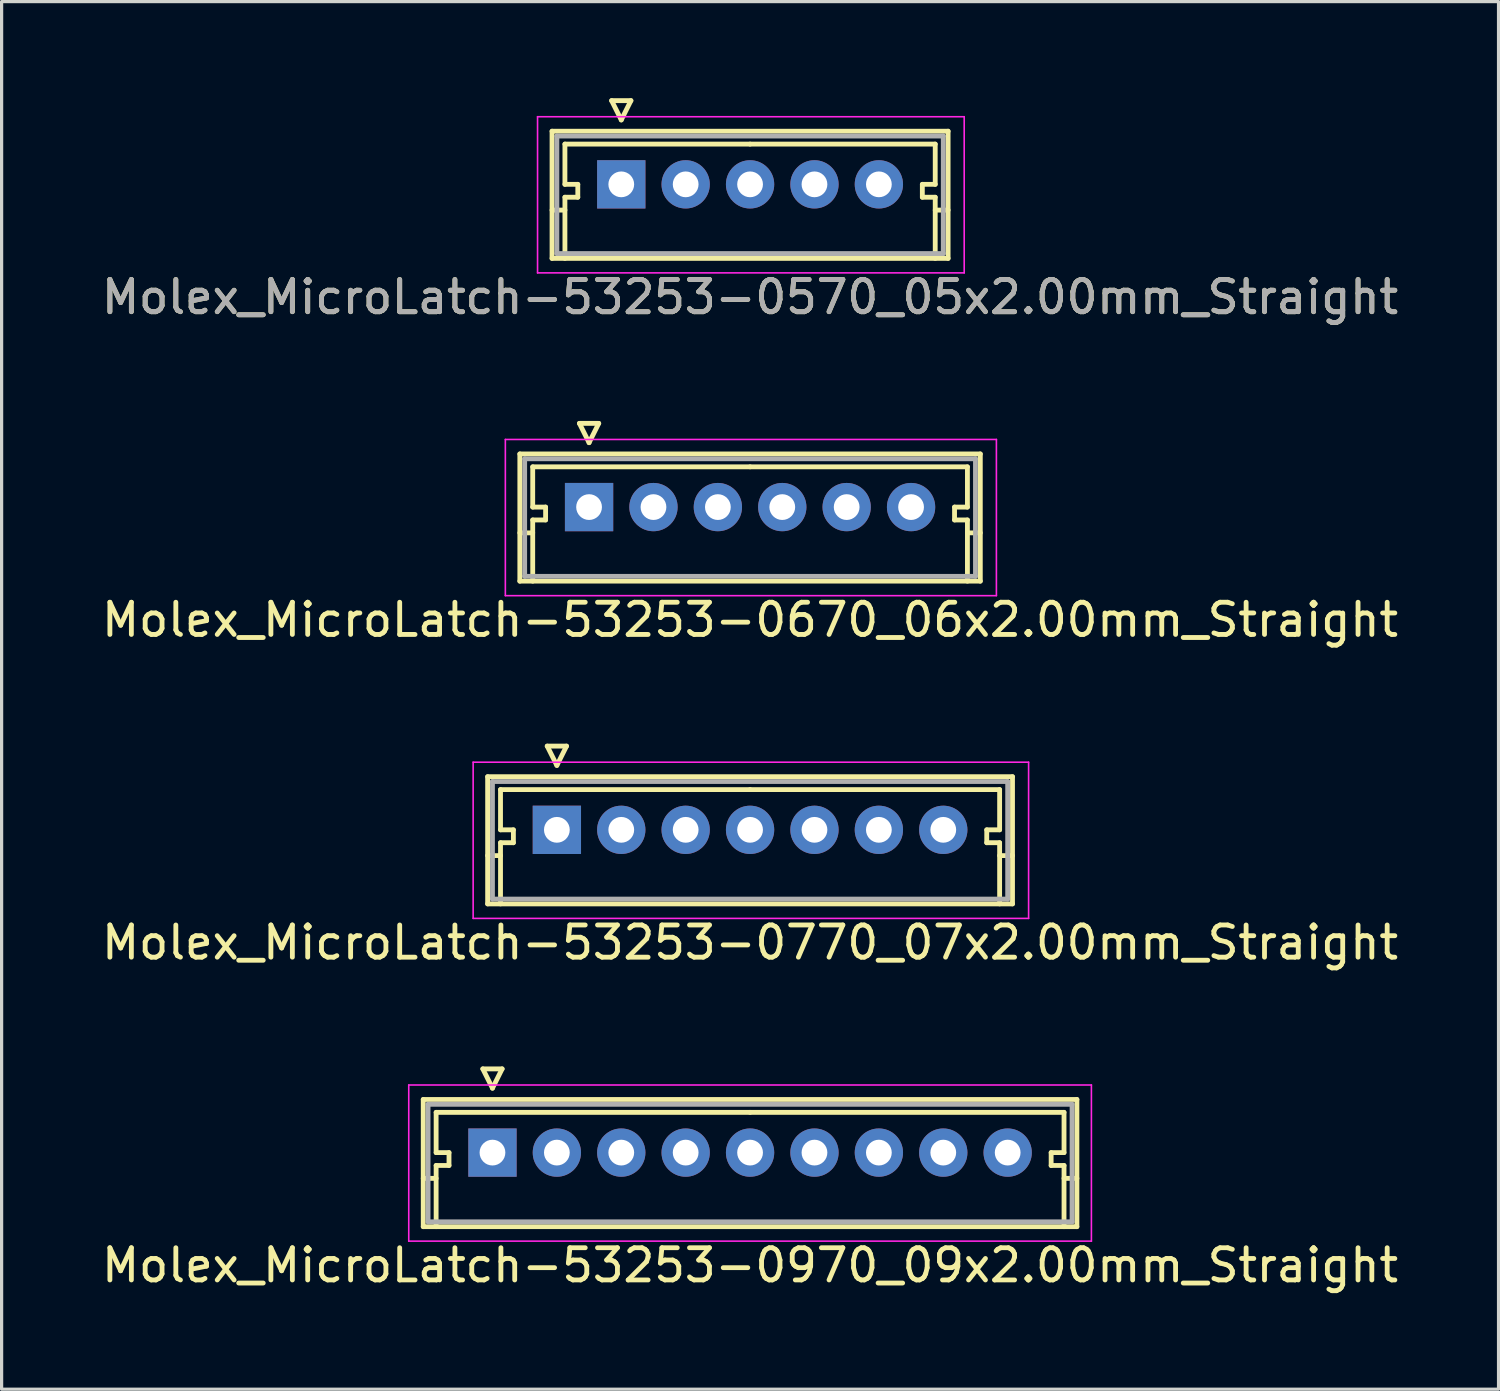
<source format=kicad_pcb>
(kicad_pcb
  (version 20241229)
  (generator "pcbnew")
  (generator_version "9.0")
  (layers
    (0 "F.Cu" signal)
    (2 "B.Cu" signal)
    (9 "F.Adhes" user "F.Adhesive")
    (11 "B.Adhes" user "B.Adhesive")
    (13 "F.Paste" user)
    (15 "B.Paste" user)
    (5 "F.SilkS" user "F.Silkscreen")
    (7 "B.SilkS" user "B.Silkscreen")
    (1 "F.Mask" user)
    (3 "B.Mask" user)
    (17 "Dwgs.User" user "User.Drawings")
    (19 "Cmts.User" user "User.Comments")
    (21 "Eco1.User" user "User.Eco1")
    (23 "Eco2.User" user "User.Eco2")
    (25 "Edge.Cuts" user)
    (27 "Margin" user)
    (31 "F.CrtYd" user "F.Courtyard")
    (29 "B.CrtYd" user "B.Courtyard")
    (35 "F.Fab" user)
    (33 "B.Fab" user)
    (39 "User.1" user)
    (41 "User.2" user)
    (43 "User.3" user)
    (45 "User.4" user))
  (footprint "Molex_MicroLatch-53253-0970_09x2.00mm_Straight"
    (layer "F.Cu")
    (at 12.244 32.745)
    (property "Reference" "Molex_MicroLatch-53253-0970_09x2.00mm_Straight" (at 8 3.5 0) (layer "F.SilkS") (effects (font (size 1 1) (thickness 0.15))))
    (attr through_hole)
    (fp_line (start -2.15 -1.65) (end -2.15 2.3) (stroke (width 0.15) (type solid)) (layer "F.SilkS"))
    (fp_line (start -2.15 0.8) (end -1.75 0.8) (stroke (width 0.15) (type solid)) (layer "F.SilkS"))
    (fp_line (start -2.15 2.3) (end 18.15 2.3) (stroke (width 0.15) (type solid)) (layer "F.SilkS"))
    (fp_line (start -1.75 -1.25) (end -1.75 0) (stroke (width 0.15) (type solid)) (layer "F.SilkS"))
    (fp_line (start -1.75 0) (end -1.35 0) (stroke (width 0.15) (type solid)) (layer "F.SilkS"))
    (fp_line (start -1.75 0.4) (end -1.75 2.3) (stroke (width 0.15) (type solid)) (layer "F.SilkS"))
    (fp_line (start -1.35 0) (end -1.35 0.4) (stroke (width 0.15) (type solid)) (layer "F.SilkS"))
    (fp_line (start -1.35 0.4) (end -1.75 0.4) (stroke (width 0.15) (type solid)) (layer "F.SilkS"))
    (fp_line (start -0.3 -2.6) (end 0.3 -2.6) (stroke (width 0.15) (type solid)) (layer "F.SilkS"))
    (fp_line (start 0 -2) (end -0.3 -2.6) (stroke (width 0.15) (type solid)) (layer "F.SilkS"))
    (fp_line (start 0.3 -2.6) (end 0 -2) (stroke (width 0.15) (type solid)) (layer "F.SilkS"))
    (fp_line (start 8 -1.25) (end -1.75 -1.25) (stroke (width 0.15) (type solid)) (layer "F.SilkS"))
    (fp_line (start 8 -1.25) (end 17.75 -1.25) (stroke (width 0.15) (type solid)) (layer "F.SilkS"))
    (fp_line (start 17.35 0) (end 17.35 0.4) (stroke (width 0.15) (type solid)) (layer "F.SilkS"))
    (fp_line (start 17.35 0.4) (end 17.75 0.4) (stroke (width 0.15) (type solid)) (layer "F.SilkS"))
    (fp_line (start 17.75 -1.25) (end 17.75 0) (stroke (width 0.15) (type solid)) (layer "F.SilkS"))
    (fp_line (start 17.75 0) (end 17.35 0) (stroke (width 0.15) (type solid)) (layer "F.SilkS"))
    (fp_line (start 17.75 0.4) (end 17.75 2.3) (stroke (width 0.15) (type solid)) (layer "F.SilkS"))
    (fp_line (start 18.15 -1.65) (end -2.15 -1.65) (stroke (width 0.15) (type solid)) (layer "F.SilkS"))
    (fp_line (start 18.15 0.8) (end 17.75 0.8) (stroke (width 0.15) (type solid)) (layer "F.SilkS"))
    (fp_line (start 18.15 2.3) (end 18.15 -1.65) (stroke (width 0.15) (type solid)) (layer "F.SilkS"))
    (fp_line (start -2.6 -2.1) (end -2.6 2.75) (stroke (width 0.05) (type solid)) (layer "F.CrtYd"))
    (fp_line (start -2.6 2.75) (end 18.6 2.75) (stroke (width 0.05) (type solid)) (layer "F.CrtYd"))
    (fp_line (start 18.6 -2.1) (end -2.6 -2.1) (stroke (width 0.05) (type solid)) (layer "F.CrtYd"))
    (fp_line (start 18.6 2.75) (end 18.6 -2.1) (stroke (width 0.05) (type solid)) (layer "F.CrtYd"))
    (fp_line (start -2 -1.5) (end -2 2.15) (stroke (width 0.15) (type solid)) (layer "F.Fab"))
    (fp_line (start -2 2.15) (end 18 2.15) (stroke (width 0.15) (type solid)) (layer "F.Fab"))
    (fp_line (start 18 -1.5) (end -2 -1.5) (stroke (width 0.15) (type solid)) (layer "F.Fab"))
    (fp_line (start 18 2.15) (end 18 -1.5) (stroke (width 0.15) (type solid)) (layer "F.Fab"))
    (pad "1" thru_hole rect (at 0 0) (size 1.5 1.5) (drill 0.8) (layers "*.Cu" "*.Mask"))
    (pad "2" thru_hole circle (at 2 0) (size 1.5 1.5) (drill 0.8) (layers "*.Cu" "*.Mask"))
    (pad "3" thru_hole circle (at 4 0) (size 1.5 1.5) (drill 0.8) (layers "*.Cu" "*.Mask"))
    (pad "4" thru_hole circle (at 6 0) (size 1.5 1.5) (drill 0.8) (layers "*.Cu" "*.Mask"))
    (pad "5" thru_hole circle (at 8 0) (size 1.5 1.5) (drill 0.8) (layers "*.Cu" "*.Mask"))
    (pad "6" thru_hole circle (at 10 0) (size 1.5 1.5) (drill 0.8) (layers "*.Cu" "*.Mask"))
    (pad "7" thru_hole circle (at 12 0) (size 1.5 1.5) (drill 0.8) (layers "*.Cu" "*.Mask"))
    (pad "8" thru_hole circle (at 14 0) (size 1.5 1.5) (drill 0.8) (layers "*.Cu" "*.Mask"))
    (pad "9" thru_hole circle (at 16 0) (size 1.5 1.5) (drill 0.8) (layers "*.Cu" "*.Mask")))
  (footprint "Molex_MicroLatch-53253-0570_05x2.00mm_Straight"
    (layer "F.Cu")
    (at 16.244 2.675)
    (property "Reference" "Molex_MicroLatch-53253-0570_05x2.00mm_Straight" (at 4 3.5 0) (layer "F.SilkS") (effects (font (size 1 1) (thickness 0.15))))
    (attr through_hole)
    (fp_line (start -2.15 -1.65) (end -2.15 2.3) (stroke (width 0.15) (type solid)) (layer "F.SilkS"))
    (fp_line (start -2.15 0.8) (end -1.75 0.8) (stroke (width 0.15) (type solid)) (layer "F.SilkS"))
    (fp_line (start -2.15 2.3) (end 10.15 2.3) (stroke (width 0.15) (type solid)) (layer "F.SilkS"))
    (fp_line (start -1.75 -1.25) (end -1.75 0) (stroke (width 0.15) (type solid)) (layer "F.SilkS"))
    (fp_line (start -1.75 0) (end -1.35 0) (stroke (width 0.15) (type solid)) (layer "F.SilkS"))
    (fp_line (start -1.75 0.4) (end -1.75 2.3) (stroke (width 0.15) (type solid)) (layer "F.SilkS"))
    (fp_line (start -1.35 0) (end -1.35 0.4) (stroke (width 0.15) (type solid)) (layer "F.SilkS"))
    (fp_line (start -1.35 0.4) (end -1.75 0.4) (stroke (width 0.15) (type solid)) (layer "F.SilkS"))
    (fp_line (start -0.3 -2.6) (end 0.3 -2.6) (stroke (width 0.15) (type solid)) (layer "F.SilkS"))
    (fp_line (start 0 -2) (end -0.3 -2.6) (stroke (width 0.15) (type solid)) (layer "F.SilkS"))
    (fp_line (start 0.3 -2.6) (end 0 -2) (stroke (width 0.15) (type solid)) (layer "F.SilkS"))
    (fp_line (start 4 -1.25) (end -1.75 -1.25) (stroke (width 0.15) (type solid)) (layer "F.SilkS"))
    (fp_line (start 4 -1.25) (end 9.75 -1.25) (stroke (width 0.15) (type solid)) (layer "F.SilkS"))
    (fp_line (start 9.35 0) (end 9.35 0.4) (stroke (width 0.15) (type solid)) (layer "F.SilkS"))
    (fp_line (start 9.35 0.4) (end 9.75 0.4) (stroke (width 0.15) (type solid)) (layer "F.SilkS"))
    (fp_line (start 9.75 -1.25) (end 9.75 0) (stroke (width 0.15) (type solid)) (layer "F.SilkS"))
    (fp_line (start 9.75 0) (end 9.35 0) (stroke (width 0.15) (type solid)) (layer "F.SilkS"))
    (fp_line (start 9.75 0.4) (end 9.75 2.3) (stroke (width 0.15) (type solid)) (layer "F.SilkS"))
    (fp_line (start 10.15 -1.65) (end -2.15 -1.65) (stroke (width 0.15) (type solid)) (layer "F.SilkS"))
    (fp_line (start 10.15 0.8) (end 9.75 0.8) (stroke (width 0.15) (type solid)) (layer "F.SilkS"))
    (fp_line (start 10.15 2.3) (end 10.15 -1.65) (stroke (width 0.15) (type solid)) (layer "F.SilkS"))
    (fp_line (start -2.6 -2.1) (end -2.6 2.75) (stroke (width 0.05) (type solid)) (layer "F.CrtYd"))
    (fp_line (start -2.6 2.75) (end 10.65 2.75) (stroke (width 0.05) (type solid)) (layer "F.CrtYd"))
    (fp_line (start 10.65 -2.1) (end -2.6 -2.1) (stroke (width 0.05) (type solid)) (layer "F.CrtYd"))
    (fp_line (start 10.65 2.75) (end 10.65 -2.1) (stroke (width 0.05) (type solid)) (layer "F.CrtYd"))
    (fp_line (start -2 -1.5) (end -2 2.15) (stroke (width 0.15) (type solid)) (layer "F.Fab"))
    (fp_line (start -2 2.15) (end 10 2.15) (stroke (width 0.15) (type solid)) (layer "F.Fab"))
    (fp_line (start 10 -1.5) (end -2 -1.5) (stroke (width 0.15) (type solid)) (layer "F.Fab"))
    (fp_line (start 10 2.15) (end 10 -1.5) (stroke (width 0.15) (type solid)) (layer "F.Fab"))
    (fp_text user "${REFERENCE}" (at 4 3.5 0) (layer "F.Fab") (effects (font (size 1 1) (thickness 0.15))))
    (pad "1" thru_hole rect (at 0 0) (size 1.5 1.5) (drill 0.8) (layers "*.Cu" "*.Mask"))
    (pad "2" thru_hole circle (at 2 0) (size 1.5 1.5) (drill 0.8) (layers "*.Cu" "*.Mask"))
    (pad "3" thru_hole circle (at 4 0) (size 1.5 1.5) (drill 0.8) (layers "*.Cu" "*.Mask"))
    (pad "4" thru_hole circle (at 6 0) (size 1.5 1.5) (drill 0.8) (layers "*.Cu" "*.Mask"))
    (pad "5" thru_hole circle (at 8 0) (size 1.5 1.5) (drill 0.8) (layers "*.Cu" "*.Mask")))
  (footprint "Molex_MicroLatch-53253-0770_07x2.00mm_Straight"
    (layer "F.Cu")
    (at 14.244 22.721)
    (property "Reference" "Molex_MicroLatch-53253-0770_07x2.00mm_Straight" (at 6 3.5 0) (layer "F.SilkS") (effects (font (size 1 1) (thickness 0.15))))
    (attr through_hole)
    (fp_line (start -2.15 -1.65) (end -2.15 2.3) (stroke (width 0.15) (type solid)) (layer "F.SilkS"))
    (fp_line (start -2.15 0.8) (end -1.75 0.8) (stroke (width 0.15) (type solid)) (layer "F.SilkS"))
    (fp_line (start -2.15 2.3) (end 14.15 2.3) (stroke (width 0.15) (type solid)) (layer "F.SilkS"))
    (fp_line (start -1.75 -1.25) (end -1.75 0) (stroke (width 0.15) (type solid)) (layer "F.SilkS"))
    (fp_line (start -1.75 0) (end -1.35 0) (stroke (width 0.15) (type solid)) (layer "F.SilkS"))
    (fp_line (start -1.75 0.4) (end -1.75 2.3) (stroke (width 0.15) (type solid)) (layer "F.SilkS"))
    (fp_line (start -1.35 0) (end -1.35 0.4) (stroke (width 0.15) (type solid)) (layer "F.SilkS"))
    (fp_line (start -1.35 0.4) (end -1.75 0.4) (stroke (width 0.15) (type solid)) (layer "F.SilkS"))
    (fp_line (start -0.3 -2.6) (end 0.3 -2.6) (stroke (width 0.15) (type solid)) (layer "F.SilkS"))
    (fp_line (start 0 -2) (end -0.3 -2.6) (stroke (width 0.15) (type solid)) (layer "F.SilkS"))
    (fp_line (start 0.3 -2.6) (end 0 -2) (stroke (width 0.15) (type solid)) (layer "F.SilkS"))
    (fp_line (start 6 -1.25) (end -1.75 -1.25) (stroke (width 0.15) (type solid)) (layer "F.SilkS"))
    (fp_line (start 6 -1.25) (end 13.75 -1.25) (stroke (width 0.15) (type solid)) (layer "F.SilkS"))
    (fp_line (start 13.35 0) (end 13.35 0.4) (stroke (width 0.15) (type solid)) (layer "F.SilkS"))
    (fp_line (start 13.35 0.4) (end 13.75 0.4) (stroke (width 0.15) (type solid)) (layer "F.SilkS"))
    (fp_line (start 13.75 -1.25) (end 13.75 0) (stroke (width 0.15) (type solid)) (layer "F.SilkS"))
    (fp_line (start 13.75 0) (end 13.35 0) (stroke (width 0.15) (type solid)) (layer "F.SilkS"))
    (fp_line (start 13.75 0.4) (end 13.75 2.3) (stroke (width 0.15) (type solid)) (layer "F.SilkS"))
    (fp_line (start 14.15 -1.65) (end -2.15 -1.65) (stroke (width 0.15) (type solid)) (layer "F.SilkS"))
    (fp_line (start 14.15 0.8) (end 13.75 0.8) (stroke (width 0.15) (type solid)) (layer "F.SilkS"))
    (fp_line (start 14.15 2.3) (end 14.15 -1.65) (stroke (width 0.15) (type solid)) (layer "F.SilkS"))
    (fp_line (start -2.6 -2.1) (end -2.6 2.75) (stroke (width 0.05) (type solid)) (layer "F.CrtYd"))
    (fp_line (start -2.6 2.75) (end 14.65 2.75) (stroke (width 0.05) (type solid)) (layer "F.CrtYd"))
    (fp_line (start 14.65 -2.1) (end -2.6 -2.1) (stroke (width 0.05) (type solid)) (layer "F.CrtYd"))
    (fp_line (start 14.65 2.75) (end 14.65 -2.1) (stroke (width 0.05) (type solid)) (layer "F.CrtYd"))
    (fp_line (start -2 -1.5) (end -2 2.15) (stroke (width 0.15) (type solid)) (layer "F.Fab"))
    (fp_line (start -2 2.15) (end 14 2.15) (stroke (width 0.15) (type solid)) (layer "F.Fab"))
    (fp_line (start 14 -1.5) (end -2 -1.5) (stroke (width 0.15) (type solid)) (layer "F.Fab"))
    (fp_line (start 14 2.15) (end 14 -1.5) (stroke (width 0.15) (type solid)) (layer "F.Fab"))
    (pad "1" thru_hole rect (at 0 0) (size 1.5 1.5) (drill 0.8) (layers "*.Cu" "*.Mask"))
    (pad "2" thru_hole circle (at 2 0) (size 1.5 1.5) (drill 0.8) (layers "*.Cu" "*.Mask"))
    (pad "3" thru_hole circle (at 4 0) (size 1.5 1.5) (drill 0.8) (layers "*.Cu" "*.Mask"))
    (pad "4" thru_hole circle (at 6 0) (size 1.5 1.5) (drill 0.8) (layers "*.Cu" "*.Mask"))
    (pad "5" thru_hole circle (at 8 0) (size 1.5 1.5) (drill 0.8) (layers "*.Cu" "*.Mask"))
    (pad "6" thru_hole circle (at 10 0) (size 1.5 1.5) (drill 0.8) (layers "*.Cu" "*.Mask"))
    (pad "7" thru_hole circle (at 12 0) (size 1.5 1.5) (drill 0.8) (layers "*.Cu" "*.Mask")))
  (footprint "Molex_MicroLatch-53253-0670_06x2.00mm_Straight"
    (layer "F.Cu")
    (at 15.244 12.698)
    (property "Reference" "Molex_MicroLatch-53253-0670_06x2.00mm_Straight" (at 5 3.5 0) (layer "F.SilkS") (effects (font (size 1 1) (thickness 0.15))))
    (attr through_hole)
    (fp_line (start -2.15 -1.65) (end -2.15 2.3) (stroke (width 0.15) (type solid)) (layer "F.SilkS"))
    (fp_line (start -2.15 0.8) (end -1.75 0.8) (stroke (width 0.15) (type solid)) (layer "F.SilkS"))
    (fp_line (start -2.15 2.3) (end 12.15 2.3) (stroke (width 0.15) (type solid)) (layer "F.SilkS"))
    (fp_line (start -1.75 -1.25) (end -1.75 0) (stroke (width 0.15) (type solid)) (layer "F.SilkS"))
    (fp_line (start -1.75 0) (end -1.35 0) (stroke (width 0.15) (type solid)) (layer "F.SilkS"))
    (fp_line (start -1.75 0.4) (end -1.75 2.3) (stroke (width 0.15) (type solid)) (layer "F.SilkS"))
    (fp_line (start -1.35 0) (end -1.35 0.4) (stroke (width 0.15) (type solid)) (layer "F.SilkS"))
    (fp_line (start -1.35 0.4) (end -1.75 0.4) (stroke (width 0.15) (type solid)) (layer "F.SilkS"))
    (fp_line (start -0.3 -2.6) (end 0.3 -2.6) (stroke (width 0.15) (type solid)) (layer "F.SilkS"))
    (fp_line (start 0 -2) (end -0.3 -2.6) (stroke (width 0.15) (type solid)) (layer "F.SilkS"))
    (fp_line (start 0.3 -2.6) (end 0 -2) (stroke (width 0.15) (type solid)) (layer "F.SilkS"))
    (fp_line (start 5 -1.25) (end -1.75 -1.25) (stroke (width 0.15) (type solid)) (layer "F.SilkS"))
    (fp_line (start 5 -1.25) (end 11.75 -1.25) (stroke (width 0.15) (type solid)) (layer "F.SilkS"))
    (fp_line (start 11.35 0) (end 11.35 0.4) (stroke (width 0.15) (type solid)) (layer "F.SilkS"))
    (fp_line (start 11.35 0.4) (end 11.75 0.4) (stroke (width 0.15) (type solid)) (layer "F.SilkS"))
    (fp_line (start 11.75 -1.25) (end 11.75 0) (stroke (width 0.15) (type solid)) (layer "F.SilkS"))
    (fp_line (start 11.75 0) (end 11.35 0) (stroke (width 0.15) (type solid)) (layer "F.SilkS"))
    (fp_line (start 11.75 0.4) (end 11.75 2.3) (stroke (width 0.15) (type solid)) (layer "F.SilkS"))
    (fp_line (start 12.15 -1.65) (end -2.15 -1.65) (stroke (width 0.15) (type solid)) (layer "F.SilkS"))
    (fp_line (start 12.15 0.8) (end 11.75 0.8) (stroke (width 0.15) (type solid)) (layer "F.SilkS"))
    (fp_line (start 12.15 2.3) (end 12.15 -1.65) (stroke (width 0.15) (type solid)) (layer "F.SilkS"))
    (fp_line (start -2.6 -2.1) (end -2.6 2.75) (stroke (width 0.05) (type solid)) (layer "F.CrtYd"))
    (fp_line (start -2.6 2.75) (end 12.65 2.75) (stroke (width 0.05) (type solid)) (layer "F.CrtYd"))
    (fp_line (start 12.65 -2.1) (end -2.6 -2.1) (stroke (width 0.05) (type solid)) (layer "F.CrtYd"))
    (fp_line (start 12.65 2.75) (end 12.65 -2.1) (stroke (width 0.05) (type solid)) (layer "F.CrtYd"))
    (fp_line (start -2 -1.5) (end -2 2.15) (stroke (width 0.15) (type solid)) (layer "F.Fab"))
    (fp_line (start -2 2.15) (end 12 2.15) (stroke (width 0.15) (type solid)) (layer "F.Fab"))
    (fp_line (start 12 -1.5) (end -2 -1.5) (stroke (width 0.15) (type solid)) (layer "F.Fab"))
    (fp_line (start 12 2.15) (end 12 -1.5) (stroke (width 0.15) (type solid)) (layer "F.Fab"))
    (pad "1" thru_hole rect (at 0 0) (size 1.5 1.5) (drill 0.8) (layers "*.Cu" "*.Mask"))
    (pad "2" thru_hole circle (at 2 0) (size 1.5 1.5) (drill 0.8) (layers "*.Cu" "*.Mask"))
    (pad "3" thru_hole circle (at 4 0) (size 1.5 1.5) (drill 0.8) (layers "*.Cu" "*.Mask"))
    (pad "4" thru_hole circle (at 6 0) (size 1.5 1.5) (drill 0.8) (layers "*.Cu" "*.Mask"))
    (pad "5" thru_hole circle (at 8 0) (size 1.5 1.5) (drill 0.8) (layers "*.Cu" "*.Mask"))
    (pad "6" thru_hole circle (at 10 0) (size 1.5 1.5) (drill 0.8) (layers "*.Cu" "*.Mask")))
  (gr_rect
    (start -3 -3)
    (end 43.488 40.093)
    (stroke (width 0.1) (type default))
    (fill no)
    (layer "Edge.Cuts")))
</source>
